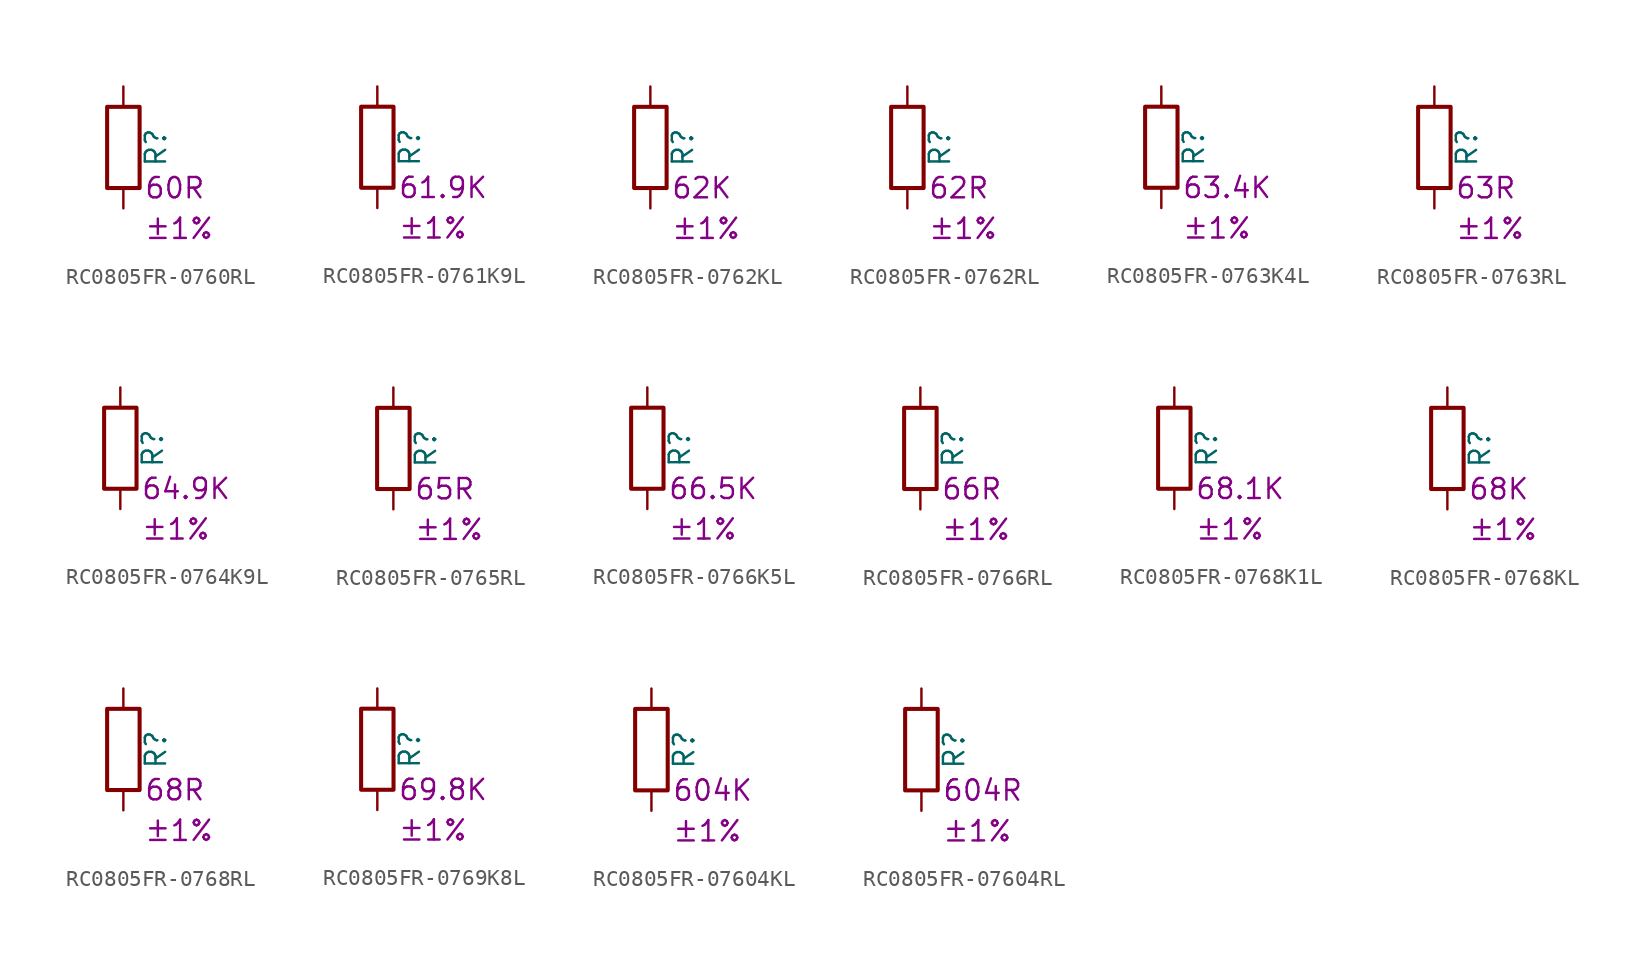
<source format=kicad_sym>
(kicad_symbol_lib
  (version 20220914)
  (generator kicad_symbol_editor)
  (symbol "RC0805FR-0760RL"
    (pin_numbers hide)
    (pin_names
      (offset 0))
    (property "Reference" "R"
      (at 2.032 0 90)
      (effects (font (size 1.27 1.27))))
    (property "Resistance" "60R"
      (at 1.27 -2.54 0)
      (effects (font (size 1.27 1.27)) (justify left)))
    (property "Tolerance" "±1%"
      (at 1.27 -5.08 0)
      (effects (font (size 1.27 1.27)) (justify left)))
    (symbol "RC0805FR-0760RL_0_1"
      (rectangle (start -1.016 -2.54) (end 1.016 2.54) (stroke (width 0.254) (type default)) (fill (type none))))
    (symbol "RC0805FR-0760RL_1_1"
      (pin passive line (at 0 3.81 270) (length 1.27) (name "~" (effects (font (size 1.27 1.27)))) (number "1" (effects (font (size 1.27 1.27)))))
      (pin passive line (at 0 -3.81 90) (length 1.27) (name "~" (effects (font (size 1.27 1.27)))) (number "2" (effects (font (size 1.27 1.27)))))))
  (symbol "RC0805FR-0761K9L"
    (pin_numbers hide)
    (pin_names
      (offset 0))
    (property "Reference" "R"
      (at 2.032 0 90)
      (effects (font (size 1.27 1.27))))
    (property "Resistance" "61.9K"
      (at 1.27 -2.54 0)
      (effects (font (size 1.27 1.27)) (justify left)))
    (property "Tolerance" "±1%"
      (at 1.27 -5.08 0)
      (effects (font (size 1.27 1.27)) (justify left)))
    (symbol "RC0805FR-0761K9L_0_1"
      (rectangle (start -1.016 -2.54) (end 1.016 2.54) (stroke (width 0.254) (type default)) (fill (type none))))
    (symbol "RC0805FR-0761K9L_1_1"
      (pin passive line (at 0 3.81 270) (length 1.27) (name "~" (effects (font (size 1.27 1.27)))) (number "1" (effects (font (size 1.27 1.27)))))
      (pin passive line (at 0 -3.81 90) (length 1.27) (name "~" (effects (font (size 1.27 1.27)))) (number "2" (effects (font (size 1.27 1.27)))))))
  (symbol "RC0805FR-0762KL"
    (pin_numbers hide)
    (pin_names
      (offset 0))
    (property "Reference" "R"
      (at 2.032 0 90)
      (effects (font (size 1.27 1.27))))
    (property "Resistance" "62K"
      (at 1.27 -2.54 0)
      (effects (font (size 1.27 1.27)) (justify left)))
    (property "Tolerance" "±1%"
      (at 1.27 -5.08 0)
      (effects (font (size 1.27 1.27)) (justify left)))
    (symbol "RC0805FR-0762KL_0_1"
      (rectangle (start -1.016 -2.54) (end 1.016 2.54) (stroke (width 0.254) (type default)) (fill (type none))))
    (symbol "RC0805FR-0762KL_1_1"
      (pin passive line (at 0 3.81 270) (length 1.27) (name "~" (effects (font (size 1.27 1.27)))) (number "1" (effects (font (size 1.27 1.27)))))
      (pin passive line (at 0 -3.81 90) (length 1.27) (name "~" (effects (font (size 1.27 1.27)))) (number "2" (effects (font (size 1.27 1.27)))))))
  (symbol "RC0805FR-0762RL"
    (pin_numbers hide)
    (pin_names
      (offset 0))
    (property "Reference" "R"
      (at 2.032 0 90)
      (effects (font (size 1.27 1.27))))
    (property "Resistance" "62R"
      (at 1.27 -2.54 0)
      (effects (font (size 1.27 1.27)) (justify left)))
    (property "Tolerance" "±1%"
      (at 1.27 -5.08 0)
      (effects (font (size 1.27 1.27)) (justify left)))
    (symbol "RC0805FR-0762RL_0_1"
      (rectangle (start -1.016 -2.54) (end 1.016 2.54) (stroke (width 0.254) (type default)) (fill (type none))))
    (symbol "RC0805FR-0762RL_1_1"
      (pin passive line (at 0 3.81 270) (length 1.27) (name "~" (effects (font (size 1.27 1.27)))) (number "1" (effects (font (size 1.27 1.27)))))
      (pin passive line (at 0 -3.81 90) (length 1.27) (name "~" (effects (font (size 1.27 1.27)))) (number "2" (effects (font (size 1.27 1.27)))))))
  (symbol "RC0805FR-0763K4L"
    (pin_numbers hide)
    (pin_names
      (offset 0))
    (property "Reference" "R"
      (at 2.032 0 90)
      (effects (font (size 1.27 1.27))))
    (property "Resistance" "63.4K"
      (at 1.27 -2.54 0)
      (effects (font (size 1.27 1.27)) (justify left)))
    (property "Tolerance" "±1%"
      (at 1.27 -5.08 0)
      (effects (font (size 1.27 1.27)) (justify left)))
    (symbol "RC0805FR-0763K4L_0_1"
      (rectangle (start -1.016 -2.54) (end 1.016 2.54) (stroke (width 0.254) (type default)) (fill (type none))))
    (symbol "RC0805FR-0763K4L_1_1"
      (pin passive line (at 0 3.81 270) (length 1.27) (name "~" (effects (font (size 1.27 1.27)))) (number "1" (effects (font (size 1.27 1.27)))))
      (pin passive line (at 0 -3.81 90) (length 1.27) (name "~" (effects (font (size 1.27 1.27)))) (number "2" (effects (font (size 1.27 1.27)))))))
  (symbol "RC0805FR-0763RL"
    (pin_numbers hide)
    (pin_names
      (offset 0))
    (property "Reference" "R"
      (at 2.032 0 90)
      (effects (font (size 1.27 1.27))))
    (property "Resistance" "63R"
      (at 1.27 -2.54 0)
      (effects (font (size 1.27 1.27)) (justify left)))
    (property "Tolerance" "±1%"
      (at 1.27 -5.08 0)
      (effects (font (size 1.27 1.27)) (justify left)))
    (symbol "RC0805FR-0763RL_0_1"
      (rectangle (start -1.016 -2.54) (end 1.016 2.54) (stroke (width 0.254) (type default)) (fill (type none))))
    (symbol "RC0805FR-0763RL_1_1"
      (pin passive line (at 0 3.81 270) (length 1.27) (name "~" (effects (font (size 1.27 1.27)))) (number "1" (effects (font (size 1.27 1.27)))))
      (pin passive line (at 0 -3.81 90) (length 1.27) (name "~" (effects (font (size 1.27 1.27)))) (number "2" (effects (font (size 1.27 1.27)))))))
  (symbol "RC0805FR-0764K9L"
    (pin_numbers hide)
    (pin_names
      (offset 0))
    (property "Reference" "R"
      (at 2.032 0 90)
      (effects (font (size 1.27 1.27))))
    (property "Resistance" "64.9K"
      (at 1.27 -2.54 0)
      (effects (font (size 1.27 1.27)) (justify left)))
    (property "Tolerance" "±1%"
      (at 1.27 -5.08 0)
      (effects (font (size 1.27 1.27)) (justify left)))
    (symbol "RC0805FR-0764K9L_0_1"
      (rectangle (start -1.016 -2.54) (end 1.016 2.54) (stroke (width 0.254) (type default)) (fill (type none))))
    (symbol "RC0805FR-0764K9L_1_1"
      (pin passive line (at 0 3.81 270) (length 1.27) (name "~" (effects (font (size 1.27 1.27)))) (number "1" (effects (font (size 1.27 1.27)))))
      (pin passive line (at 0 -3.81 90) (length 1.27) (name "~" (effects (font (size 1.27 1.27)))) (number "2" (effects (font (size 1.27 1.27)))))))
  (symbol "RC0805FR-0765RL"
    (pin_numbers hide)
    (pin_names
      (offset 0))
    (property "Reference" "R"
      (at 2.032 0 90)
      (effects (font (size 1.27 1.27))))
    (property "Resistance" "65R"
      (at 1.27 -2.54 0)
      (effects (font (size 1.27 1.27)) (justify left)))
    (property "Tolerance" "±1%"
      (at 1.27 -5.08 0)
      (effects (font (size 1.27 1.27)) (justify left)))
    (symbol "RC0805FR-0765RL_0_1"
      (rectangle (start -1.016 -2.54) (end 1.016 2.54) (stroke (width 0.254) (type default)) (fill (type none))))
    (symbol "RC0805FR-0765RL_1_1"
      (pin passive line (at 0 3.81 270) (length 1.27) (name "~" (effects (font (size 1.27 1.27)))) (number "1" (effects (font (size 1.27 1.27)))))
      (pin passive line (at 0 -3.81 90) (length 1.27) (name "~" (effects (font (size 1.27 1.27)))) (number "2" (effects (font (size 1.27 1.27)))))))
  (symbol "RC0805FR-0766K5L"
    (pin_numbers hide)
    (pin_names
      (offset 0))
    (property "Reference" "R"
      (at 2.032 0 90)
      (effects (font (size 1.27 1.27))))
    (property "Resistance" "66.5K"
      (at 1.27 -2.54 0)
      (effects (font (size 1.27 1.27)) (justify left)))
    (property "Tolerance" "±1%"
      (at 1.27 -5.08 0)
      (effects (font (size 1.27 1.27)) (justify left)))
    (symbol "RC0805FR-0766K5L_0_1"
      (rectangle (start -1.016 -2.54) (end 1.016 2.54) (stroke (width 0.254) (type default)) (fill (type none))))
    (symbol "RC0805FR-0766K5L_1_1"
      (pin passive line (at 0 3.81 270) (length 1.27) (name "~" (effects (font (size 1.27 1.27)))) (number "1" (effects (font (size 1.27 1.27)))))
      (pin passive line (at 0 -3.81 90) (length 1.27) (name "~" (effects (font (size 1.27 1.27)))) (number "2" (effects (font (size 1.27 1.27)))))))
  (symbol "RC0805FR-0766RL"
    (pin_numbers hide)
    (pin_names
      (offset 0))
    (property "Reference" "R"
      (at 2.032 0 90)
      (effects (font (size 1.27 1.27))))
    (property "Resistance" "66R"
      (at 1.27 -2.54 0)
      (effects (font (size 1.27 1.27)) (justify left)))
    (property "Tolerance" "±1%"
      (at 1.27 -5.08 0)
      (effects (font (size 1.27 1.27)) (justify left)))
    (symbol "RC0805FR-0766RL_0_1"
      (rectangle (start -1.016 -2.54) (end 1.016 2.54) (stroke (width 0.254) (type default)) (fill (type none))))
    (symbol "RC0805FR-0766RL_1_1"
      (pin passive line (at 0 3.81 270) (length 1.27) (name "~" (effects (font (size 1.27 1.27)))) (number "1" (effects (font (size 1.27 1.27)))))
      (pin passive line (at 0 -3.81 90) (length 1.27) (name "~" (effects (font (size 1.27 1.27)))) (number "2" (effects (font (size 1.27 1.27)))))))
  (symbol "RC0805FR-0768K1L"
    (pin_numbers hide)
    (pin_names
      (offset 0))
    (property "Reference" "R"
      (at 2.032 0 90)
      (effects (font (size 1.27 1.27))))
    (property "Resistance" "68.1K"
      (at 1.27 -2.54 0)
      (effects (font (size 1.27 1.27)) (justify left)))
    (property "Tolerance" "±1%"
      (at 1.27 -5.08 0)
      (effects (font (size 1.27 1.27)) (justify left)))
    (symbol "RC0805FR-0768K1L_0_1"
      (rectangle (start -1.016 -2.54) (end 1.016 2.54) (stroke (width 0.254) (type default)) (fill (type none))))
    (symbol "RC0805FR-0768K1L_1_1"
      (pin passive line (at 0 3.81 270) (length 1.27) (name "~" (effects (font (size 1.27 1.27)))) (number "1" (effects (font (size 1.27 1.27)))))
      (pin passive line (at 0 -3.81 90) (length 1.27) (name "~" (effects (font (size 1.27 1.27)))) (number "2" (effects (font (size 1.27 1.27)))))))
  (symbol "RC0805FR-0768KL"
    (pin_numbers hide)
    (pin_names
      (offset 0))
    (property "Reference" "R"
      (at 2.032 0 90)
      (effects (font (size 1.27 1.27))))
    (property "Resistance" "68K"
      (at 1.27 -2.54 0)
      (effects (font (size 1.27 1.27)) (justify left)))
    (property "Tolerance" "±1%"
      (at 1.27 -5.08 0)
      (effects (font (size 1.27 1.27)) (justify left)))
    (symbol "RC0805FR-0768KL_0_1"
      (rectangle (start -1.016 -2.54) (end 1.016 2.54) (stroke (width 0.254) (type default)) (fill (type none))))
    (symbol "RC0805FR-0768KL_1_1"
      (pin passive line (at 0 3.81 270) (length 1.27) (name "~" (effects (font (size 1.27 1.27)))) (number "1" (effects (font (size 1.27 1.27)))))
      (pin passive line (at 0 -3.81 90) (length 1.27) (name "~" (effects (font (size 1.27 1.27)))) (number "2" (effects (font (size 1.27 1.27)))))))
  (symbol "RC0805FR-0768RL"
    (pin_numbers hide)
    (pin_names
      (offset 0))
    (property "Reference" "R"
      (at 2.032 0 90)
      (effects (font (size 1.27 1.27))))
    (property "Resistance" "68R"
      (at 1.27 -2.54 0)
      (effects (font (size 1.27 1.27)) (justify left)))
    (property "Tolerance" "±1%"
      (at 1.27 -5.08 0)
      (effects (font (size 1.27 1.27)) (justify left)))
    (symbol "RC0805FR-0768RL_0_1"
      (rectangle (start -1.016 -2.54) (end 1.016 2.54) (stroke (width 0.254) (type default)) (fill (type none))))
    (symbol "RC0805FR-0768RL_1_1"
      (pin passive line (at 0 3.81 270) (length 1.27) (name "~" (effects (font (size 1.27 1.27)))) (number "1" (effects (font (size 1.27 1.27)))))
      (pin passive line (at 0 -3.81 90) (length 1.27) (name "~" (effects (font (size 1.27 1.27)))) (number "2" (effects (font (size 1.27 1.27)))))))
  (symbol "RC0805FR-0769K8L"
    (pin_numbers hide)
    (pin_names
      (offset 0))
    (property "Reference" "R"
      (at 2.032 0 90)
      (effects (font (size 1.27 1.27))))
    (property "Resistance" "69.8K"
      (at 1.27 -2.54 0)
      (effects (font (size 1.27 1.27)) (justify left)))
    (property "Tolerance" "±1%"
      (at 1.27 -5.08 0)
      (effects (font (size 1.27 1.27)) (justify left)))
    (symbol "RC0805FR-0769K8L_0_1"
      (rectangle (start -1.016 -2.54) (end 1.016 2.54) (stroke (width 0.254) (type default)) (fill (type none))))
    (symbol "RC0805FR-0769K8L_1_1"
      (pin passive line (at 0 3.81 270) (length 1.27) (name "~" (effects (font (size 1.27 1.27)))) (number "1" (effects (font (size 1.27 1.27)))))
      (pin passive line (at 0 -3.81 90) (length 1.27) (name "~" (effects (font (size 1.27 1.27)))) (number "2" (effects (font (size 1.27 1.27)))))))
  (symbol "RC0805FR-07604KL"
    (pin_numbers hide)
    (pin_names
      (offset 0))
    (property "Reference" "R"
      (at 2.032 0 90)
      (effects (font (size 1.27 1.27))))
    (property "Resistance" "604K"
      (at 1.27 -2.54 0)
      (effects (font (size 1.27 1.27)) (justify left)))
    (property "Tolerance" "±1%"
      (at 1.27 -5.08 0)
      (effects (font (size 1.27 1.27)) (justify left)))
    (symbol "RC0805FR-07604KL_0_1"
      (rectangle (start -1.016 -2.54) (end 1.016 2.54) (stroke (width 0.254) (type default)) (fill (type none))))
    (symbol "RC0805FR-07604KL_1_1"
      (pin passive line (at 0 3.81 270) (length 1.27) (name "~" (effects (font (size 1.27 1.27)))) (number "1" (effects (font (size 1.27 1.27)))))
      (pin passive line (at 0 -3.81 90) (length 1.27) (name "~" (effects (font (size 1.27 1.27)))) (number "2" (effects (font (size 1.27 1.27)))))))
  (symbol "RC0805FR-07604RL"
    (pin_numbers hide)
    (pin_names
      (offset 0))
    (property "Reference" "R"
      (at 2.032 0 90)
      (effects (font (size 1.27 1.27))))
    (property "Resistance" "604R"
      (at 1.27 -2.54 0)
      (effects (font (size 1.27 1.27)) (justify left)))
    (property "Tolerance" "±1%"
      (at 1.27 -5.08 0)
      (effects (font (size 1.27 1.27)) (justify left)))
    (symbol "RC0805FR-07604RL_0_1"
      (rectangle (start -1.016 -2.54) (end 1.016 2.54) (stroke (width 0.254) (type default)) (fill (type none))))
    (symbol "RC0805FR-07604RL_1_1"
      (pin passive line (at 0 3.81 270) (length 1.27) (name "~" (effects (font (size 1.27 1.27)))) (number "1" (effects (font (size 1.27 1.27)))))
      (pin passive line (at 0 -3.81 90) (length 1.27) (name "~" (effects (font (size 1.27 1.27)))) (number "2" (effects (font (size 1.27 1.27))))))))
</source>
